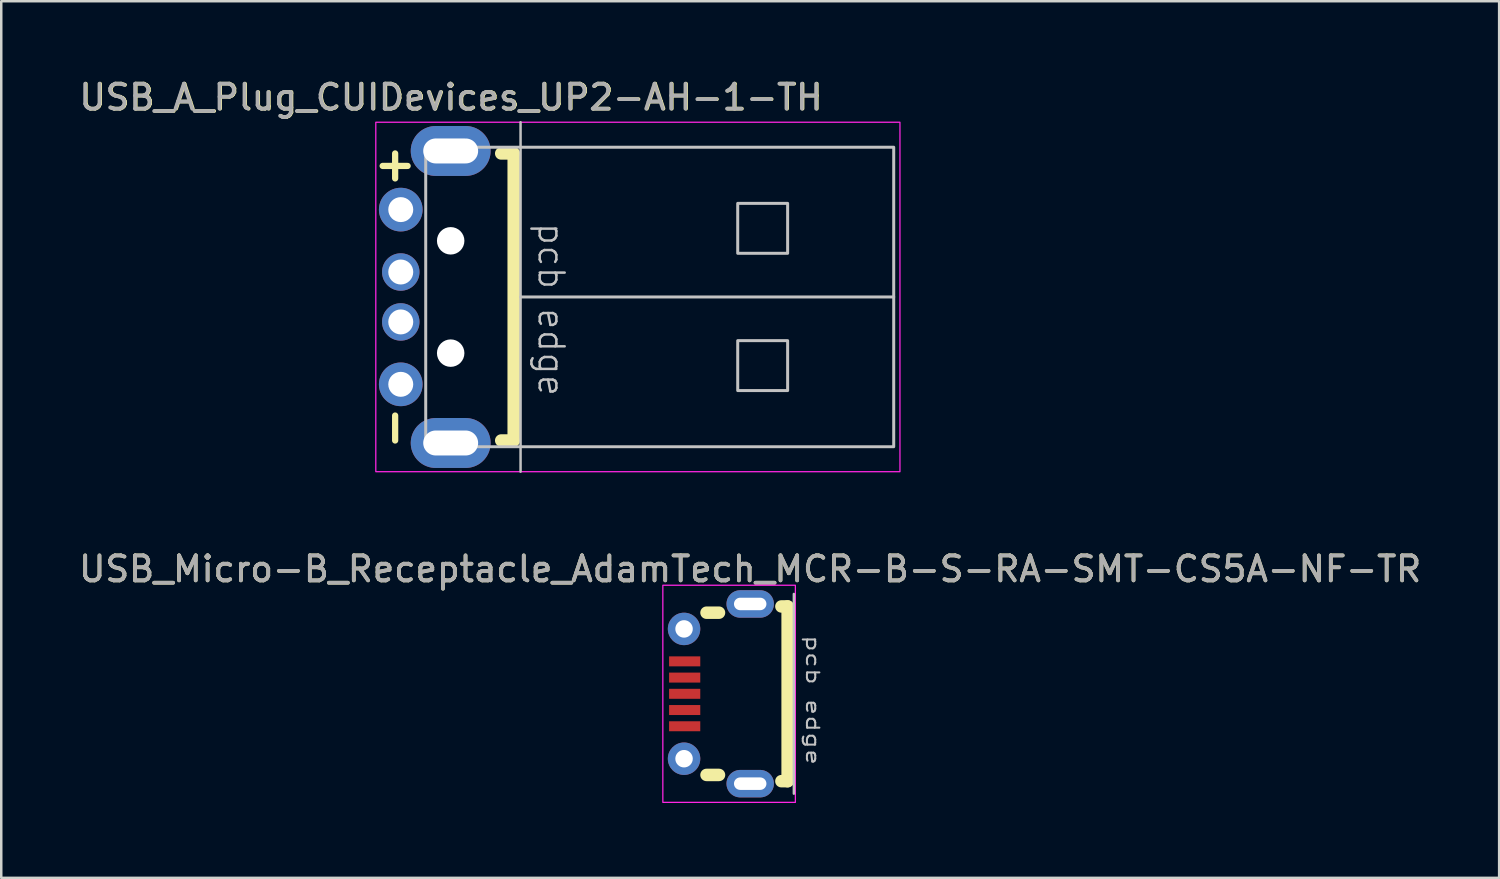
<source format=kicad_pcb>
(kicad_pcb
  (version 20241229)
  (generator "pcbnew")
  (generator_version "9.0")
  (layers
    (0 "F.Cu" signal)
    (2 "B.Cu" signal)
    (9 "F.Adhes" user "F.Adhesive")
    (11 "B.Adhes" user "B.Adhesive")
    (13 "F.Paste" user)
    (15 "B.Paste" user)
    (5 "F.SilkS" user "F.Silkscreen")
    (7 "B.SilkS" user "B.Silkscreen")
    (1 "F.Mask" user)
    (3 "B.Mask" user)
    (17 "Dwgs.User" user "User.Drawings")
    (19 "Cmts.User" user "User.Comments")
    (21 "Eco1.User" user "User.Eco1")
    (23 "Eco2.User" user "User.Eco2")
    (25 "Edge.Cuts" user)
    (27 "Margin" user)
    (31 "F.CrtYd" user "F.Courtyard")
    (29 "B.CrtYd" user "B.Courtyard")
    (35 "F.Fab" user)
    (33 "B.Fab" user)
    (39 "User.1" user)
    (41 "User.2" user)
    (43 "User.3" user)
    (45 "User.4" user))
  (footprint "USB_A_Plug_CUIDevices_UP2-AH-1-TH"
    (layer "F.Cu")
    (at 15.281 8.848)
    (property "Reference" "USB_A_Plug_CUIDevices_UP2-AH-1-TH" (at -0.25 -8 0) (unlocked yes) (layer "F.SilkS") (effects (font (size 1 1) (thickness 0.15))))
    (attr through_hole)
    (fp_line (start -2.5 -4.75) (end -2.5 -5.75) (stroke (width 0.25) (type solid)) (layer "F.SilkS"))
    (fp_line (start -2.5 5.75) (end -2.5 4.75) (stroke (width 0.25) (type solid)) (layer "F.SilkS"))
    (fp_line (start -2 -5.25) (end -3 -5.25) (stroke (width 0.25) (type solid)) (layer "F.SilkS"))
    (fp_line (start 2.25 -5.75) (end 1.75 -5.75) (stroke (width 0.5) (type solid)) (layer "F.SilkS"))
    (fp_line (start 2.25 5.75) (end 1.75 5.75) (stroke (width 0.5) (type solid)) (layer "F.SilkS"))
    (fp_line (start 2.25 5.75) (end 2.25 -5.75) (stroke (width 0.5) (type solid)) (layer "F.SilkS"))
    (fp_line (start 2.525 -7) (end 2.525 7) (stroke (width 0.1) (type solid)) (layer "Dwgs.User"))
    (fp_line (start 17.475 0) (end 2.525 0) (stroke (width 0.12) (type solid)) (layer "Dwgs.User"))
    (fp_rect (start -1.275 6) (end 17.475 -6) (stroke (width 0.12) (type solid)) (fill no) (layer "Dwgs.User"))
    (fp_rect (start 11.225 -1.75) (end 13.225 -3.75) (stroke (width 0.12) (type solid)) (fill no) (layer "Dwgs.User"))
    (fp_rect (start 11.225 3.75) (end 13.225 1.75) (stroke (width 0.12) (type solid)) (fill no) (layer "Dwgs.User"))
    (fp_rect (start -3.275 7) (end 17.725 -7) (stroke (width 0.05) (type solid)) (fill no) (layer "F.CrtYd"))
    (fp_text user "pcb edge" (at 3.75 0.5 270) (unlocked yes) (layer "Dwgs.User") (effects (font (size 1 1) (thickness 0.1))))
    (fp_text user "${REFERENCE}" (at -0.275 -8 0) (unlocked yes) (layer "F.Fab") (effects (font (size 1 1) (thickness 0.15))))
    (pad "" np_thru_hole circle (at -0.275 -2.25 90) (size 1.1 1.1) (drill 1.1) (layers "*.Cu" "*.Mask"))
    (pad "" np_thru_hole circle (at -0.275 2.25 90) (size 1.1 1.1) (drill 1.1) (layers "*.Cu" "*.Mask"))
    (pad "1" thru_hole circle (at -2.275 -3.5 90) (size 1.75 1.75) (drill 1) (layers "*.Cu" "*.Mask"))
    (pad "2" thru_hole circle (at -2.275 -1 90) (size 1.5 1.5) (drill 1) (layers "*.Cu" "*.Mask"))
    (pad "3" thru_hole circle (at -2.275 1 90) (size 1.5 1.5) (drill 1) (layers "*.Cu" "*.Mask"))
    (pad "4" thru_hole circle (at -2.275 3.5 90) (size 1.75 1.75) (drill 1) (layers "*.Cu" "*.Mask"))
    (pad "5" thru_hole oval (at -0.275 -5.85 90) (size 2 3.2) (drill oval 1 2.2) (layers "*.Cu" "*.Mask"))
    (pad "5" thru_hole oval (at -0.275 5.85 90) (size 2 3.2) (drill oval 1 2.2) (layers "*.Cu" "*.Mask")))
  (footprint "USB_Micro-B_Receptacle_AdamTech_MCR-B-S-RA-SMT-CS5A-NF-TR"
    (layer "F.Cu")
    (at 27.006 24.747)
    (property "Reference" "USB_Micro-B_Receptacle_AdamTech_MCR-B-S-RA-SMT-CS5A-NF-TR" (at 0 -5 0) (unlocked yes) (layer "F.SilkS") (effects (font (size 1 1) (thickness 0.15))))
    (attr smd)
    (fp_line (start -1.25 -3.25) (end -1.75 -3.25) (stroke (width 0.5) (type solid)) (layer "F.SilkS"))
    (fp_line (start -1.25 3.25) (end -1.75 3.25) (stroke (width 0.5) (type solid)) (layer "F.SilkS"))
    (fp_line (start 1.5 -3.5) (end 1.25 -3.5) (stroke (width 0.5) (type solid)) (layer "F.SilkS"))
    (fp_line (start 1.5 -3.5) (end 1.5 3.5) (stroke (width 0.5) (type solid)) (layer "F.SilkS"))
    (fp_line (start 1.5 3.5) (end 1.25 3.5) (stroke (width 0.5) (type solid)) (layer "F.SilkS"))
    (fp_line (start 1.75 4) (end 1.75 -4) (stroke (width 0.1) (type solid)) (layer "Dwgs.User"))
    (fp_rect (start 1.81 -4.35) (end -3.5 4.35) (stroke (width 0.05) (type solid)) (fill no) (layer "F.CrtYd"))
    (fp_text user "pcb edge" (at 2.5 0.25 270) (unlocked yes) (layer "Dwgs.User") (effects (font (size 0.5 0.75) (thickness 0.08))))
    (fp_text user "${REFERENCE}" (at 0 -5 0) (unlocked yes) (layer "F.Fab") (effects (font (size 1 1) (thickness 0.15))))
    (pad "1" smd rect (at -2.625 1.3) (size 1.25 0.4) (layers "F.Cu" "F.Mask" "F.Paste"))
    (pad "2" smd rect (at -2.625 0.65) (size 1.25 0.4) (layers "F.Cu" "F.Mask" "F.Paste"))
    (pad "3" smd rect (at -2.625 0) (size 1.25 0.4) (layers "F.Cu" "F.Mask" "F.Paste"))
    (pad "4" smd rect (at -2.625 -0.65) (size 1.25 0.4) (layers "F.Cu" "F.Mask" "F.Paste"))
    (pad "5" smd rect (at -2.625 -1.3) (size 1.25 0.4) (layers "F.Cu" "F.Mask" "F.Paste"))
    (pad "6" thru_hole circle (at -2.65 -2.6) (size 1.3 1.3) (drill 0.7) (layers "*.Cu" "*.Mask"))
    (pad "6" thru_hole circle (at -2.65 2.6) (size 1.3 1.3) (drill 0.7) (layers "*.Cu" "*.Mask"))
    (pad "6" thru_hole oval (at 0 -3.6) (size 1.9 1.1) (drill oval 1.3 0.5) (layers "*.Cu" "*.Mask"))
    (pad "6" thru_hole oval (at 0 3.6) (size 1.9 1.1) (drill oval 1.3 0.5) (layers "*.Cu" "*.Mask")))
  (gr_rect
    (start -3 -3)
    (end 57.012 32.121)
    (stroke (width 0.1) (type default))
    (fill no)
    (layer "Edge.Cuts")))
</source>
